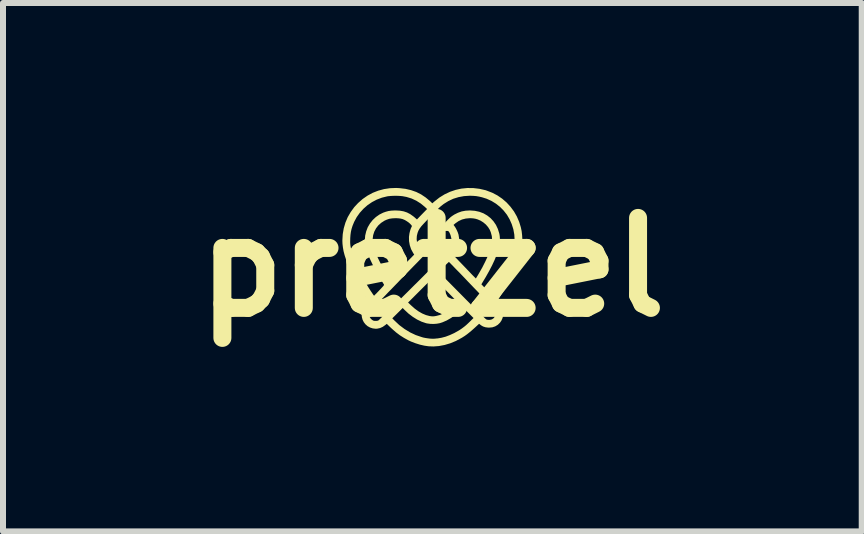
<source format=kicad_pcb>
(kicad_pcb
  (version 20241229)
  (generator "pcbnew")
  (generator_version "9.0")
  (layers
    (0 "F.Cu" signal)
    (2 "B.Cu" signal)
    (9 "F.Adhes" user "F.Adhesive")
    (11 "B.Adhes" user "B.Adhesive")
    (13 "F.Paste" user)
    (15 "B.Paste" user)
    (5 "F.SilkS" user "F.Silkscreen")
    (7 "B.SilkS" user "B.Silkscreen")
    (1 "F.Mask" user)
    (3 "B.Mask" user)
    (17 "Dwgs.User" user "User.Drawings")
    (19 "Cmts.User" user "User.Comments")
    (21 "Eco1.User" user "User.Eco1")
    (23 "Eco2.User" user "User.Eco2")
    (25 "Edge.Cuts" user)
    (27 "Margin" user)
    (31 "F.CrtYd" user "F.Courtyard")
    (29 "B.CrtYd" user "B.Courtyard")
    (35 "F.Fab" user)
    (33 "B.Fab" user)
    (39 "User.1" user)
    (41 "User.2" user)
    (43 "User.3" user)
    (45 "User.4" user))
  (footprint "pretzel"
    (layer "F.Cu")
    (at 4.157 1.404)
    (property "Reference" "pretzel" (at 0 0 0) (layer "F.SilkS") (effects (font (size 1.5 1.5) (thickness 0.3))))
    (attr board_only exclude_from_pos_files exclude_from_bom)
    (fp_poly (pts (xy -0.548 -1.318) (xy -0.447 -1.306) (xy -0.354 -1.284) (xy -0.268 -1.254) (xy -0.187 -1.213) (xy -0.111 -1.162) (xy -0.039 -1.102) (xy -0.034 -1.097) (xy -0.001 -1.065) (xy 0.036 -1.097) (xy 0.117 -1.161) (xy 0.203 -1.214) (xy 0.294 -1.257) (xy 0.388 -1.289) (xy 0.484 -1.31) (xy 0.583 -1.32) (xy 0.683 -1.319) (xy 0.784 -1.307) (xy 0.885 -1.284) (xy 0.908 -1.276) (xy 0.999 -1.241) (xy 1.085 -1.196) (xy 1.164 -1.142) (xy 1.237 -1.079) (xy 1.302 -1.008) (xy 1.36 -0.93) (xy 1.408 -0.846) (xy 1.447 -0.755) (xy 1.474 -0.668) (xy 1.488 -0.603) (xy 1.496 -0.533) (xy 1.5 -0.462) (xy 1.499 -0.394) (xy 1.493 -0.332) (xy 1.491 -0.325) (xy 1.472 -0.235) (xy 1.444 -0.14) (xy 1.407 -0.038) (xy 1.362 0.068) (xy 1.309 0.178) (xy 1.248 0.291) (xy 1.181 0.406) (xy 1.123 0.497) (xy 1.108 0.52) (xy 1.096 0.54) (xy 1.088 0.554) (xy 1.084 0.56) (xy 1.084 0.56) (xy 1.088 0.566) (xy 1.097 0.578) (xy 1.109 0.594) (xy 1.111 0.595) (xy 1.144 0.643) (xy 1.166 0.693) (xy 1.178 0.744) (xy 1.18 0.795) (xy 1.171 0.844) (xy 1.151 0.89) (xy 1.127 0.925) (xy 1.091 0.96) (xy 1.048 0.986) (xy 1 1.002) (xy 0.947 1.007) (xy 0.932 1.007) (xy 0.885 1.001) (xy 0.845 0.988) (xy 0.809 0.967) (xy 0.801 0.96) (xy 0.779 0.943) (xy 0.705 1.011) (xy 0.658 1.053) (xy 0.616 1.088) (xy 0.577 1.119) (xy 0.539 1.146) (xy 0.498 1.172) (xy 0.481 1.182) (xy 0.391 1.23) (xy 0.299 1.268) (xy 0.205 1.296) (xy 0.111 1.314) (xy 0.018 1.321) (xy -0.063 1.318) (xy -0.133 1.308) (xy -0.207 1.291) (xy -0.283 1.267) (xy -0.356 1.239) (xy -0.401 1.218) (xy -0.473 1.178) (xy -0.541 1.135) (xy -0.607 1.085) (xy -0.673 1.027) (xy -0.701 1.001) (xy -0.76 0.944) (xy -0.783 0.963) (xy -0.827 0.994) (xy -0.871 1.014) (xy -0.917 1.024) (xy -0.943 1.026) (xy -0.994 1.02) (xy -1.04 1.005) (xy -1.081 0.982) (xy -1.115 0.952) (xy -1.143 0.916) (xy -1.163 0.876) (xy -1.175 0.833) (xy -1.18 0.788) (xy -1.05 0.788) (xy -1.048 0.814) (xy -1.042 0.835) (xy -1.042 0.835) (xy -1.027 0.857) (xy -1.007 0.876) (xy -0.987 0.889) (xy -0.985 0.89) (xy -0.961 0.895) (xy -0.933 0.895) (xy -0.908 0.891) (xy -0.9 0.888) (xy -0.894 0.882) (xy -0.88 0.87) (xy -0.862 0.852) (xy -0.668 0.852) (xy -0.634 0.887) (xy -0.552 0.964) (xy -0.464 1.03) (xy -0.372 1.086) (xy -0.277 1.131) (xy -0.177 1.165) (xy -0.153 1.172) (xy -0.119 1.179) (xy -0.081 1.185) (xy -0.042 1.19) (xy -0.007 1.192) (xy 0.022 1.192) (xy 0.026 1.192) (xy 0.045 1.191) (xy 0.07 1.188) (xy 0.088 1.187) (xy 0.152 1.176) (xy 0.221 1.158) (xy 0.292 1.131) (xy 0.364 1.098) (xy 0.434 1.059) (xy 0.457 1.045) (xy 0.488 1.024) (xy 0.515 1.004) (xy 0.541 0.984) (xy 0.569 0.96) (xy 0.6 0.931) (xy 0.626 0.906) (xy 0.686 0.847) (xy 0.6 0.761) (xy 0.514 0.675) (xy 0.451 0.735) (xy 0.383 0.795) (xy 0.312 0.846) (xy 0.239 0.888) (xy 0.167 0.919) (xy 0.123 0.933) (xy 0.073 0.942) (xy 0.018 0.946) (xy -0.038 0.944) (xy -0.089 0.937) (xy -0.106 0.933) (xy -0.18 0.908) (xy -0.255 0.872) (xy -0.328 0.826) (xy -0.399 0.772) (xy -0.463 0.712) (xy -0.495 0.68) (xy -0.581 0.766) (xy -0.668 0.852) (xy -0.862 0.852) (xy -0.859 0.849) (xy -0.83 0.822) (xy -0.796 0.789) (xy -0.756 0.749) (xy -0.71 0.705) (xy -0.659 0.655) (xy -0.604 0.601) (xy -0.592 0.589) (xy -0.405 0.589) (xy -0.354 0.637) (xy -0.293 0.691) (xy -0.231 0.736) (xy -0.168 0.772) (xy -0.106 0.798) (xy -0.046 0.814) (xy -0.044 0.814) (xy -0.017 0.818) (xy 0.006 0.819) (xy 0.03 0.818) (xy 0.06 0.813) (xy 0.065 0.812) (xy 0.127 0.796) (xy 0.19 0.768) (xy 0.254 0.73) (xy 0.317 0.682) (xy 0.362 0.642) (xy 0.422 0.585) (xy 0.219 0.377) (xy 0.015 0.169) (xy -0.195 0.379) (xy -0.405 0.589) (xy -0.592 0.589) (xy -0.545 0.543) (xy -0.483 0.481) (xy -0.418 0.417) (xy -0.351 0.35) (xy -0.307 0.306) (xy -0.226 0.226) (xy -0.153 0.153) (xy -0.088 0.088) (xy -0.079 0.079) (xy 0.106 0.079) (xy 0.494 0.471) (xy 0.55 0.528) (xy 0.604 0.582) (xy 0.655 0.634) (xy 0.704 0.682) (xy 0.748 0.726) (xy 0.788 0.765) (xy 0.822 0.799) (xy 0.852 0.827) (xy 0.874 0.849) (xy 0.89 0.863) (xy 0.899 0.87) (xy 0.899 0.871) (xy 0.927 0.878) (xy 0.959 0.878) (xy 0.988 0.871) (xy 0.997 0.867) (xy 1.024 0.848) (xy 1.042 0.821) (xy 1.05 0.791) (xy 1.049 0.757) (xy 1.038 0.721) (xy 1.034 0.713) (xy 1.029 0.705) (xy 1.02 0.692) (xy 1.006 0.676) (xy 0.987 0.655) (xy 0.963 0.628) (xy 0.933 0.596) (xy 0.898 0.558) (xy 0.856 0.513) (xy 0.807 0.462) (xy 0.751 0.403) (xy 0.687 0.337) (xy 0.648 0.296) (xy 0.594 0.24) (xy 0.543 0.186) (xy 0.494 0.135) (xy 0.449 0.088) (xy 0.407 0.046) (xy 0.37 0.008) (xy 0.339 -0.025) (xy 0.313 -0.051) (xy 0.294 -0.071) (xy 0.281 -0.083) (xy 0.276 -0.088) (xy 0.276 -0.088) (xy 0.271 -0.084) (xy 0.259 -0.073) (xy 0.241 -0.056) (xy 0.219 -0.035) (xy 0.194 -0.01) (xy 0.189 -0.004) (xy 0.106 0.079) (xy -0.079 0.079) (xy -0.03 0.03) (xy 0.022 -0.022) (xy 0.067 -0.067) (xy 0.107 -0.107) (xy 0.141 -0.142) (xy 0.171 -0.172) (xy 0.196 -0.197) (xy 0.216 -0.219) (xy 0.234 -0.237) (xy 0.248 -0.252) (xy 0.259 -0.265) (xy 0.267 -0.276) (xy 0.274 -0.284) (xy 0.279 -0.292) (xy 0.283 -0.299) (xy 0.287 -0.305) (xy 0.289 -0.311) (xy 0.309 -0.365) (xy 0.319 -0.421) (xy 0.317 -0.477) (xy 0.304 -0.531) (xy 0.298 -0.547) (xy 0.286 -0.574) (xy 0.276 -0.591) (xy 0.266 -0.601) (xy 0.254 -0.605) (xy 0.238 -0.605) (xy 0.233 -0.605) (xy 0.214 -0.604) (xy 0.201 -0.606) (xy 0.191 -0.613) (xy 0.183 -0.621) (xy 0.17 -0.636) (xy 0.165 -0.652) (xy 0.164 -0.665) (xy 0.165 -0.676) (xy 0.167 -0.685) (xy 0.172 -0.695) (xy 0.179 -0.705) (xy 0.353 -0.705) (xy 0.37 -0.682) (xy 0.388 -0.655) (xy 0.406 -0.62) (xy 0.422 -0.584) (xy 0.434 -0.549) (xy 0.436 -0.542) (xy 0.447 -0.472) (xy 0.447 -0.403) (xy 0.436 -0.336) (xy 0.413 -0.271) (xy 0.388 -0.222) (xy 0.365 -0.185) (xy 0.544 0.001) (xy 0.581 0.04) (xy 0.616 0.076) (xy 0.647 0.109) (xy 0.674 0.137) (xy 0.696 0.159) (xy 0.713 0.176) (xy 0.722 0.185) (xy 0.725 0.188) (xy 0.728 0.183) (xy 0.736 0.17) (xy 0.749 0.149) (xy 0.764 0.124) (xy 0.777 0.102) (xy 0.832 0.005) (xy 0.88 -0.09) (xy 0.923 -0.182) (xy 0.958 -0.269) (xy 0.973 -0.315) (xy 0.99 -0.384) (xy 0.996 -0.452) (xy 0.991 -0.518) (xy 0.974 -0.582) (xy 0.957 -0.623) (xy 0.929 -0.668) (xy 0.892 -0.711) (xy 0.849 -0.747) (xy 0.803 -0.776) (xy 0.796 -0.779) (xy 0.754 -0.797) (xy 0.717 -0.808) (xy 0.68 -0.814) (xy 0.638 -0.817) (xy 0.624 -0.817) (xy 0.557 -0.811) (xy 0.494 -0.795) (xy 0.436 -0.768) (xy 0.383 -0.731) (xy 0.382 -0.73) (xy 0.353 -0.705) (xy 0.179 -0.705) (xy 0.181 -0.708) (xy 0.196 -0.725) (xy 0.218 -0.749) (xy 0.22 -0.751) (xy 0.254 -0.787) (xy 0.283 -0.815) (xy 0.308 -0.838) (xy 0.333 -0.856) (xy 0.359 -0.873) (xy 0.365 -0.877) (xy 0.427 -0.908) (xy 0.489 -0.93) (xy 0.554 -0.942) (xy 0.626 -0.946) (xy 0.63 -0.946) (xy 0.709 -0.94) (xy 0.783 -0.924) (xy 0.852 -0.898) (xy 0.914 -0.862) (xy 0.97 -0.818) (xy 1.019 -0.765) (xy 1.06 -0.705) (xy 1.092 -0.637) (xy 1.115 -0.563) (xy 1.12 -0.539) (xy 1.124 -0.505) (xy 1.126 -0.463) (xy 1.125 -0.42) (xy 1.121 -0.38) (xy 1.117 -0.354) (xy 1.099 -0.283) (xy 1.072 -0.206) (xy 1.038 -0.122) (xy 0.996 -0.032) (xy 0.947 0.062) (xy 0.892 0.16) (xy 0.871 0.195) (xy 0.817 0.285) (xy 0.903 0.375) (xy 0.989 0.466) (xy 1.033 0.398) (xy 1.097 0.296) (xy 1.154 0.195) (xy 1.206 0.096) (xy 1.252 -0.001) (xy 1.29 -0.095) (xy 1.322 -0.184) (xy 1.346 -0.268) (xy 1.362 -0.347) (xy 1.37 -0.419) (xy 1.371 -0.45) (xy 1.366 -0.543) (xy 1.35 -0.632) (xy 1.323 -0.718) (xy 1.287 -0.799) (xy 1.243 -0.874) (xy 1.189 -0.943) (xy 1.128 -1.005) (xy 1.06 -1.059) (xy 0.985 -1.105) (xy 0.903 -1.142) (xy 0.826 -1.166) (xy 0.778 -1.177) (xy 0.733 -1.185) (xy 0.686 -1.189) (xy 0.633 -1.191) (xy 0.621 -1.191) (xy 0.527 -1.185) (xy 0.436 -1.168) (xy 0.349 -1.141) (xy 0.266 -1.102) (xy 0.189 -1.054) (xy 0.137 -1.013) (xy 0.12 -0.998) (xy 0.097 -0.975) (xy 0.067 -0.945) (xy 0.031 -0.908) (xy -0.01 -0.866) (xy -0.056 -0.819) (xy -0.105 -0.768) (xy -0.151 -0.719) (xy -0.186 -0.68) (xy -0.212 -0.645) (xy -0.232 -0.61) (xy -0.246 -0.574) (xy -0.256 -0.534) (xy -0.259 -0.519) (xy -0.262 -0.466) (xy -0.255 -0.412) (xy -0.24 -0.362) (xy -0.234 -0.344) (xy -0.228 -0.331) (xy -0.222 -0.322) (xy -0.216 -0.318) (xy -0.207 -0.32) (xy -0.195 -0.327) (xy -0.179 -0.341) (xy -0.158 -0.361) (xy -0.131 -0.389) (xy -0.096 -0.425) (xy -0.095 -0.427) (xy -0.061 -0.461) (xy -0.035 -0.488) (xy -0.014 -0.509) (xy 0.002 -0.524) (xy 0.014 -0.534) (xy 0.023 -0.54) (xy 0.03 -0.544) (xy 0.037 -0.545) (xy 0.044 -0.545) (xy 0.045 -0.545) (xy 0.07 -0.54) (xy 0.091 -0.526) (xy 0.105 -0.506) (xy 0.111 -0.483) (xy 0.108 -0.462) (xy 0.107 -0.459) (xy 0.104 -0.454) (xy 0.098 -0.448) (xy 0.091 -0.439) (xy 0.081 -0.427) (xy 0.068 -0.412) (xy 0.051 -0.394) (xy 0.03 -0.373) (xy 0.006 -0.347) (xy -0.023 -0.316) (xy -0.057 -0.281) (xy -0.096 -0.24) (xy -0.141 -0.194) (xy -0.192 -0.141) (xy -0.249 -0.082) (xy -0.313 -0.017) (xy -0.384 0.056) (xy -0.462 0.137) (xy -0.548 0.225) (xy -0.562 0.24) (xy -0.624 0.304) (xy -0.683 0.365) (xy -0.74 0.423) (xy -0.793 0.479) (xy -0.843 0.53) (xy -0.888 0.577) (xy -0.928 0.62) (xy -0.964 0.656) (xy -0.993 0.687) (xy -1.016 0.712) (xy -1.032 0.729) (xy -1.04 0.739) (xy -1.041 0.741) (xy -1.048 0.762) (xy -1.05 0.788) (xy -1.18 0.788) (xy -1.18 0.787) (xy -1.175 0.741) (xy -1.161 0.696) (xy -1.136 0.652) (xy -1.116 0.626) (xy -1.095 0.603) (xy -1.081 0.588) (xy -1.074 0.576) (xy -1.072 0.566) (xy -1.076 0.556) (xy -1.085 0.542) (xy -1.098 0.523) (xy -1.159 0.432) (xy -1.216 0.338) (xy -1.271 0.242) (xy -1.321 0.146) (xy -1.366 0.051) (xy -1.406 -0.039) (xy -1.438 -0.125) (xy -1.462 -0.198) (xy -1.48 -0.266) (xy -1.491 -0.329) (xy -1.498 -0.389) (xy -1.5 -0.435) (xy -1.37 -0.435) (xy -1.37 -0.405) (xy -1.368 -0.38) (xy -1.365 -0.354) (xy -1.36 -0.328) (xy -1.335 -0.23) (xy -1.301 -0.126) (xy -1.256 -0.017) (xy -1.202 0.097) (xy -1.139 0.215) (xy -1.066 0.336) (xy -1.027 0.397) (xy -1.009 0.423) (xy -0.994 0.446) (xy -0.982 0.463) (xy -0.974 0.473) (xy -0.972 0.475) (xy -0.967 0.471) (xy -0.956 0.459) (xy -0.938 0.442) (xy -0.917 0.42) (xy -0.892 0.394) (xy -0.885 0.386) (xy -0.857 0.357) (xy -0.836 0.334) (xy -0.821 0.318) (xy -0.812 0.306) (xy -0.807 0.298) (xy -0.806 0.292) (xy -0.808 0.287) (xy -0.809 0.285) (xy -0.87 0.188) (xy -0.924 0.094) (xy -0.973 0.002) (xy -0.99 -0.032) (xy -1.026 -0.107) (xy -1.056 -0.172) (xy -1.08 -0.231) (xy -1.098 -0.284) (xy -1.111 -0.333) (xy -1.12 -0.377) (xy -1.125 -0.42) (xy -1.126 -0.451) (xy -1.124 -0.472) (xy -0.995 -0.472) (xy -0.993 -0.407) (xy -0.981 -0.347) (xy -0.962 -0.287) (xy -0.937 -0.22) (xy -0.905 -0.148) (xy -0.868 -0.072) (xy -0.828 0.005) (xy -0.784 0.082) (xy -0.74 0.153) (xy -0.707 0.203) (xy -0.593 0.085) (xy -0.557 0.049) (xy -0.518 0.009) (xy -0.478 -0.032) (xy -0.441 -0.07) (xy -0.408 -0.104) (xy -0.39 -0.121) (xy -0.303 -0.21) (xy -0.321 -0.238) (xy -0.355 -0.301) (xy -0.377 -0.368) (xy -0.389 -0.436) (xy -0.39 -0.506) (xy -0.382 -0.564) (xy -0.375 -0.593) (xy -0.367 -0.622) (xy -0.358 -0.647) (xy -0.355 -0.654) (xy -0.34 -0.687) (xy -0.354 -0.706) (xy -0.372 -0.725) (xy -0.396 -0.746) (xy -0.425 -0.766) (xy -0.453 -0.783) (xy -0.46 -0.787) (xy -0.495 -0.802) (xy -0.532 -0.811) (xy -0.575 -0.816) (xy -0.618 -0.817) (xy -0.671 -0.814) (xy -0.717 -0.807) (xy -0.759 -0.793) (xy -0.797 -0.776) (xy -0.853 -0.74) (xy -0.901 -0.697) (xy -0.939 -0.648) (xy -0.968 -0.593) (xy -0.987 -0.534) (xy -0.995 -0.472) (xy -1.124 -0.472) (xy -1.12 -0.526) (xy -1.103 -0.598) (xy -1.077 -0.666) (xy -1.04 -0.729) (xy -0.995 -0.786) (xy -0.942 -0.836) (xy -0.882 -0.878) (xy -0.82 -0.909) (xy -0.774 -0.925) (xy -0.729 -0.937) (xy -0.682 -0.943) (xy -0.628 -0.946) (xy -0.61 -0.946) (xy -0.54 -0.942) (xy -0.478 -0.931) (xy -0.422 -0.912) (xy -0.37 -0.885) (xy -0.319 -0.849) (xy -0.305 -0.838) (xy -0.257 -0.796) (xy -0.173 -0.883) (xy -0.088 -0.97) (xy -0.126 -1.006) (xy -0.193 -1.061) (xy -0.267 -1.108) (xy -0.346 -1.145) (xy -0.43 -1.171) (xy -0.499 -1.184) (xy -0.541 -1.188) (xy -0.589 -1.19) (xy -0.639 -1.19) (xy -0.688 -1.188) (xy -0.732 -1.184) (xy -0.753 -1.181) (xy -0.842 -1.159) (xy -0.926 -1.127) (xy -1.006 -1.085) (xy -1.081 -1.034) (xy -1.148 -0.975) (xy -1.209 -0.908) (xy -1.261 -0.835) (xy -1.304 -0.755) (xy -1.331 -0.689) (xy -1.347 -0.638) (xy -1.358 -0.59) (xy -1.365 -0.539) (xy -1.369 -0.483) (xy -1.369 -0.472) (xy -1.37 -0.435) (xy -1.5 -0.435) (xy -1.5 -0.45) (xy -1.5 -0.451) (xy -1.494 -0.551) (xy -1.477 -0.649) (xy -1.449 -0.744) (xy -1.411 -0.834) (xy -1.361 -0.92) (xy -1.302 -1.001) (xy -1.239 -1.069) (xy -1.163 -1.136) (xy -1.081 -1.193) (xy -0.994 -1.24) (xy -0.902 -1.276) (xy -0.806 -1.302) (xy -0.706 -1.317) (xy -0.604 -1.321)) (stroke (width 0) (type solid)) (fill yes) (layer "F.SilkS")))
  (gr_rect
    (start -3 -3)
    (end 11.314 5.808)
    (stroke (width 0.1) (type default))
    (fill no)
    (layer "Edge.Cuts")))
</source>
